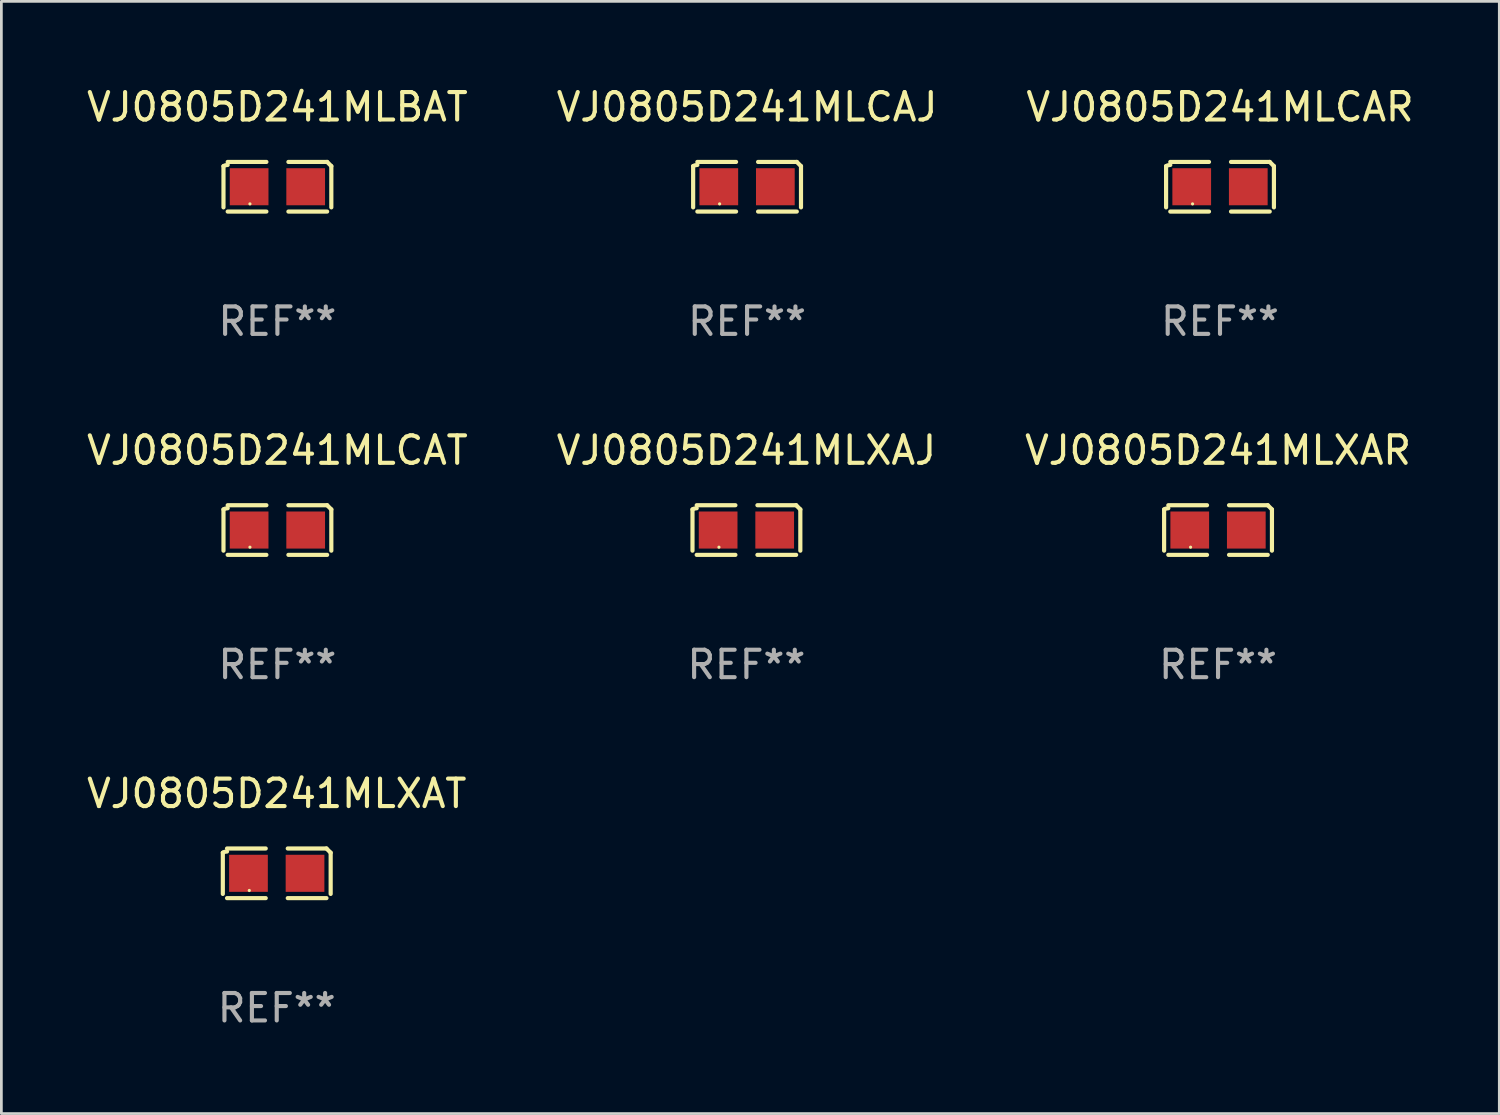
<source format=kicad_pcb>
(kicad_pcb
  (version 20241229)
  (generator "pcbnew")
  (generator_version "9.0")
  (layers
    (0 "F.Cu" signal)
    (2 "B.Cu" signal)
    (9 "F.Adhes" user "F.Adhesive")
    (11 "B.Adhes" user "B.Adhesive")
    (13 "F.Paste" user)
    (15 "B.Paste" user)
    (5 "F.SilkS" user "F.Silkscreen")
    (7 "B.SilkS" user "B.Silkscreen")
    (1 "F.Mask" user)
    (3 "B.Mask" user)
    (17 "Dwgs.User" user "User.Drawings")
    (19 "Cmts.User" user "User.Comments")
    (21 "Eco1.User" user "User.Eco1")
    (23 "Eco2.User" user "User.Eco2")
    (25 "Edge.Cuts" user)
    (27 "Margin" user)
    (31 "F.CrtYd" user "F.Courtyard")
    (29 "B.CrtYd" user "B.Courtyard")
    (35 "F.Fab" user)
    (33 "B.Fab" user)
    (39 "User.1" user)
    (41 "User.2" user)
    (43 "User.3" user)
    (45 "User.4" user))
  (footprint "VJ0805D241MLBAT"
    (layer "F.Cu")
    (at 7.054 3.752)
    (property "Reference" "VJ0805D241MLBAT" (at 0 -2.904 0) (layer "F.SilkS") (effects (font (size 1 1) (thickness 0.15))))
    (attr through_hole)
    (fp_line (start -1.964 0.751) (end -1.964 -0.751) (stroke (width 0.152) (type solid)) (layer "F.SilkS"))
    (fp_line (start -1.811 -0.904) (end -0.401 -0.904) (stroke (width 0.152) (type solid)) (layer "F.SilkS"))
    (fp_line (start -0.401 0.904) (end -1.811 0.904) (stroke (width 0.152) (type solid)) (layer "F.SilkS"))
    (fp_line (start 0.401 0.904) (end 1.811 0.904) (stroke (width 0.152) (type solid)) (layer "F.SilkS"))
    (fp_line (start 1.811 -0.904) (end 0.401 -0.904) (stroke (width 0.152) (type solid)) (layer "F.SilkS"))
    (fp_line (start 1.964 0.751) (end 1.964 -0.751) (stroke (width 0.152) (type solid)) (layer "F.SilkS"))
    (fp_arc (start -1.963602 -0.751207) (mid -1.890354 -0.783131) (end -1.811201 -0.794044) (stroke (width 0.1524) (type solid)) (layer "F.SilkS"))
    (fp_arc (start 1.811202 -0.903607) (mid 1.887413 -0.827418) (end 1.963602 -0.751207) (stroke (width 0.1524) (type solid)) (layer "F.SilkS"))
    (fp_circle (center -1 0.625) (end -0.97 0.625) (stroke (width 0.06) (type solid)) (fill no) (layer "F.SilkS"))
    (fp_text user "REF**" (at 0 4.904 0) (layer "F.Fab") (effects (font (size 1 1) (thickness 0.15))))
    (pad "1" smd rect (at -1.03 0) (size 1.41 1.35) (layers "F.Cu" "F.Mask" "F.Paste"))
    (pad "2" smd rect (at 1.03 0) (size 1.41 1.35) (layers "F.Cu" "F.Mask" "F.Paste")))
  (footprint "VJ0805D241MLCAR"
    (layer "F.Cu")
    (at 41.387 3.752)
    (property "Reference" "VJ0805D241MLCAR" (at 0 -2.904 0) (layer "F.SilkS") (effects (font (size 1 1) (thickness 0.15))))
    (attr through_hole)
    (fp_line (start -1.964 0.751) (end -1.964 -0.751) (stroke (width 0.152) (type solid)) (layer "F.SilkS"))
    (fp_line (start -1.811 -0.904) (end -0.401 -0.904) (stroke (width 0.152) (type solid)) (layer "F.SilkS"))
    (fp_line (start -0.401 0.904) (end -1.811 0.904) (stroke (width 0.152) (type solid)) (layer "F.SilkS"))
    (fp_line (start 0.401 0.904) (end 1.811 0.904) (stroke (width 0.152) (type solid)) (layer "F.SilkS"))
    (fp_line (start 1.811 -0.904) (end 0.401 -0.904) (stroke (width 0.152) (type solid)) (layer "F.SilkS"))
    (fp_line (start 1.964 0.751) (end 1.964 -0.751) (stroke (width 0.152) (type solid)) (layer "F.SilkS"))
    (fp_arc (start -1.963602 -0.751207) (mid -1.890354 -0.783131) (end -1.811201 -0.794044) (stroke (width 0.1524) (type solid)) (layer "F.SilkS"))
    (fp_arc (start 1.811202 -0.903607) (mid 1.887413 -0.827418) (end 1.963602 -0.751207) (stroke (width 0.1524) (type solid)) (layer "F.SilkS"))
    (fp_circle (center -1 0.625) (end -0.97 0.625) (stroke (width 0.06) (type solid)) (fill no) (layer "F.SilkS"))
    (fp_text user "REF**" (at 0 4.904 0) (layer "F.Fab") (effects (font (size 1 1) (thickness 0.15))))
    (pad "1" smd rect (at -1.03 0) (size 1.41 1.35) (layers "F.Cu" "F.Mask" "F.Paste"))
    (pad "2" smd rect (at 1.03 0) (size 1.41 1.35) (layers "F.Cu" "F.Mask" "F.Paste")))
  (footprint "VJ0805D241MLXAR"
    (layer "F.Cu")
    (at 41.315 16.256)
    (property "Reference" "VJ0805D241MLXAR" (at 0 -2.904 0) (layer "F.SilkS") (effects (font (size 1 1) (thickness 0.15))))
    (attr through_hole)
    (fp_line (start -1.964 0.751) (end -1.964 -0.751) (stroke (width 0.152) (type solid)) (layer "F.SilkS"))
    (fp_line (start -1.811 -0.904) (end -0.401 -0.904) (stroke (width 0.152) (type solid)) (layer "F.SilkS"))
    (fp_line (start -0.401 0.904) (end -1.811 0.904) (stroke (width 0.152) (type solid)) (layer "F.SilkS"))
    (fp_line (start 0.401 0.904) (end 1.811 0.904) (stroke (width 0.152) (type solid)) (layer "F.SilkS"))
    (fp_line (start 1.811 -0.904) (end 0.401 -0.904) (stroke (width 0.152) (type solid)) (layer "F.SilkS"))
    (fp_line (start 1.964 0.751) (end 1.964 -0.751) (stroke (width 0.152) (type solid)) (layer "F.SilkS"))
    (fp_arc (start -1.963602 -0.751207) (mid -1.890354 -0.783131) (end -1.811201 -0.794044) (stroke (width 0.1524) (type solid)) (layer "F.SilkS"))
    (fp_arc (start 1.811202 -0.903607) (mid 1.887413 -0.827418) (end 1.963602 -0.751207) (stroke (width 0.1524) (type solid)) (layer "F.SilkS"))
    (fp_circle (center -1 0.625) (end -0.97 0.625) (stroke (width 0.06) (type solid)) (fill no) (layer "F.SilkS"))
    (fp_text user "REF**" (at 0 4.904 0) (layer "F.Fab") (effects (font (size 1 1) (thickness 0.15))))
    (pad "1" smd rect (at -1.03 0) (size 1.41 1.35) (layers "F.Cu" "F.Mask" "F.Paste"))
    (pad "2" smd rect (at 1.03 0) (size 1.41 1.35) (layers "F.Cu" "F.Mask" "F.Paste")))
  (footprint "VJ0805D241MLCAJ"
    (layer "F.Cu")
    (at 24.161 3.752)
    (property "Reference" "VJ0805D241MLCAJ" (at 0 -2.904 0) (layer "F.SilkS") (effects (font (size 1 1) (thickness 0.15))))
    (attr through_hole)
    (fp_line (start -1.964 0.751) (end -1.964 -0.751) (stroke (width 0.152) (type solid)) (layer "F.SilkS"))
    (fp_line (start -1.811 -0.904) (end -0.401 -0.904) (stroke (width 0.152) (type solid)) (layer "F.SilkS"))
    (fp_line (start -0.401 0.904) (end -1.811 0.904) (stroke (width 0.152) (type solid)) (layer "F.SilkS"))
    (fp_line (start 0.401 0.904) (end 1.811 0.904) (stroke (width 0.152) (type solid)) (layer "F.SilkS"))
    (fp_line (start 1.811 -0.904) (end 0.401 -0.904) (stroke (width 0.152) (type solid)) (layer "F.SilkS"))
    (fp_line (start 1.964 0.751) (end 1.964 -0.751) (stroke (width 0.152) (type solid)) (layer "F.SilkS"))
    (fp_arc (start -1.963602 -0.751207) (mid -1.890354 -0.783131) (end -1.811201 -0.794044) (stroke (width 0.1524) (type solid)) (layer "F.SilkS"))
    (fp_arc (start 1.811202 -0.903607) (mid 1.887413 -0.827418) (end 1.963602 -0.751207) (stroke (width 0.1524) (type solid)) (layer "F.SilkS"))
    (fp_circle (center -1 0.625) (end -0.97 0.625) (stroke (width 0.06) (type solid)) (fill no) (layer "F.SilkS"))
    (fp_text user "REF**" (at 0 4.904 0) (layer "F.Fab") (effects (font (size 1 1) (thickness 0.15))))
    (pad "1" smd rect (at -1.03 0) (size 1.41 1.35) (layers "F.Cu" "F.Mask" "F.Paste"))
    (pad "2" smd rect (at 1.03 0) (size 1.41 1.35) (layers "F.Cu" "F.Mask" "F.Paste")))
  (footprint "VJ0805D241MLXAT"
    (layer "F.Cu")
    (at 7.03 28.759)
    (property "Reference" "VJ0805D241MLXAT" (at 0 -2.904 0) (layer "F.SilkS") (effects (font (size 1 1) (thickness 0.15))))
    (attr through_hole)
    (fp_line (start -1.964 0.751) (end -1.964 -0.751) (stroke (width 0.152) (type solid)) (layer "F.SilkS"))
    (fp_line (start -1.811 -0.904) (end -0.401 -0.904) (stroke (width 0.152) (type solid)) (layer "F.SilkS"))
    (fp_line (start -0.401 0.904) (end -1.811 0.904) (stroke (width 0.152) (type solid)) (layer "F.SilkS"))
    (fp_line (start 0.401 0.904) (end 1.811 0.904) (stroke (width 0.152) (type solid)) (layer "F.SilkS"))
    (fp_line (start 1.811 -0.904) (end 0.401 -0.904) (stroke (width 0.152) (type solid)) (layer "F.SilkS"))
    (fp_line (start 1.964 0.751) (end 1.964 -0.751) (stroke (width 0.152) (type solid)) (layer "F.SilkS"))
    (fp_arc (start -1.963602 -0.751207) (mid -1.890354 -0.783131) (end -1.811201 -0.794044) (stroke (width 0.1524) (type solid)) (layer "F.SilkS"))
    (fp_arc (start 1.811202 -0.903607) (mid 1.887413 -0.827418) (end 1.963602 -0.751207) (stroke (width 0.1524) (type solid)) (layer "F.SilkS"))
    (fp_circle (center -1 0.625) (end -0.97 0.625) (stroke (width 0.06) (type solid)) (fill no) (layer "F.SilkS"))
    (fp_text user "REF**" (at 0 4.904 0) (layer "F.Fab") (effects (font (size 1 1) (thickness 0.15))))
    (pad "1" smd rect (at -1.03 0) (size 1.41 1.35) (layers "F.Cu" "F.Mask" "F.Paste"))
    (pad "2" smd rect (at 1.03 0) (size 1.41 1.35) (layers "F.Cu" "F.Mask" "F.Paste")))
  (footprint "VJ0805D241MLXAJ"
    (layer "F.Cu")
    (at 24.137 16.256)
    (property "Reference" "VJ0805D241MLXAJ" (at 0 -2.904 0) (layer "F.SilkS") (effects (font (size 1 1) (thickness 0.15))))
    (attr through_hole)
    (fp_line (start -1.964 0.751) (end -1.964 -0.751) (stroke (width 0.152) (type solid)) (layer "F.SilkS"))
    (fp_line (start -1.811 -0.904) (end -0.401 -0.904) (stroke (width 0.152) (type solid)) (layer "F.SilkS"))
    (fp_line (start -0.401 0.904) (end -1.811 0.904) (stroke (width 0.152) (type solid)) (layer "F.SilkS"))
    (fp_line (start 0.401 0.904) (end 1.811 0.904) (stroke (width 0.152) (type solid)) (layer "F.SilkS"))
    (fp_line (start 1.811 -0.904) (end 0.401 -0.904) (stroke (width 0.152) (type solid)) (layer "F.SilkS"))
    (fp_line (start 1.964 0.751) (end 1.964 -0.751) (stroke (width 0.152) (type solid)) (layer "F.SilkS"))
    (fp_arc (start -1.963602 -0.751207) (mid -1.890354 -0.783131) (end -1.811201 -0.794044) (stroke (width 0.1524) (type solid)) (layer "F.SilkS"))
    (fp_arc (start 1.811202 -0.903607) (mid 1.887413 -0.827418) (end 1.963602 -0.751207) (stroke (width 0.1524) (type solid)) (layer "F.SilkS"))
    (fp_circle (center -1 0.625) (end -0.97 0.625) (stroke (width 0.06) (type solid)) (fill no) (layer "F.SilkS"))
    (fp_text user "REF**" (at 0 4.904 0) (layer "F.Fab") (effects (font (size 1 1) (thickness 0.15))))
    (pad "1" smd rect (at -1.03 0) (size 1.41 1.35) (layers "F.Cu" "F.Mask" "F.Paste"))
    (pad "2" smd rect (at 1.03 0) (size 1.41 1.35) (layers "F.Cu" "F.Mask" "F.Paste")))
  (footprint "VJ0805D241MLCAT"
    (layer "F.Cu")
    (at 7.054 16.256)
    (property "Reference" "VJ0805D241MLCAT" (at 0 -2.904 0) (layer "F.SilkS") (effects (font (size 1 1) (thickness 0.15))))
    (attr through_hole)
    (fp_line (start -1.964 0.751) (end -1.964 -0.751) (stroke (width 0.152) (type solid)) (layer "F.SilkS"))
    (fp_line (start -1.811 -0.904) (end -0.401 -0.904) (stroke (width 0.152) (type solid)) (layer "F.SilkS"))
    (fp_line (start -0.401 0.904) (end -1.811 0.904) (stroke (width 0.152) (type solid)) (layer "F.SilkS"))
    (fp_line (start 0.401 0.904) (end 1.811 0.904) (stroke (width 0.152) (type solid)) (layer "F.SilkS"))
    (fp_line (start 1.811 -0.904) (end 0.401 -0.904) (stroke (width 0.152) (type solid)) (layer "F.SilkS"))
    (fp_line (start 1.964 0.751) (end 1.964 -0.751) (stroke (width 0.152) (type solid)) (layer "F.SilkS"))
    (fp_arc (start -1.963602 -0.751207) (mid -1.890354 -0.783131) (end -1.811201 -0.794044) (stroke (width 0.1524) (type solid)) (layer "F.SilkS"))
    (fp_arc (start 1.811202 -0.903607) (mid 1.887413 -0.827418) (end 1.963602 -0.751207) (stroke (width 0.1524) (type solid)) (layer "F.SilkS"))
    (fp_circle (center -1 0.625) (end -0.97 0.625) (stroke (width 0.06) (type solid)) (fill no) (layer "F.SilkS"))
    (fp_text user "REF**" (at 0 4.904 0) (layer "F.Fab") (effects (font (size 1 1) (thickness 0.15))))
    (pad "1" smd rect (at -1.03 0) (size 1.41 1.35) (layers "F.Cu" "F.Mask" "F.Paste"))
    (pad "2" smd rect (at 1.03 0) (size 1.41 1.35) (layers "F.Cu" "F.Mask" "F.Paste")))
  (gr_rect
    (start -3 -3)
    (end 51.56 37.511)
    (stroke (width 0.1) (type default))
    (fill no)
    (layer "Edge.Cuts")))
</source>
